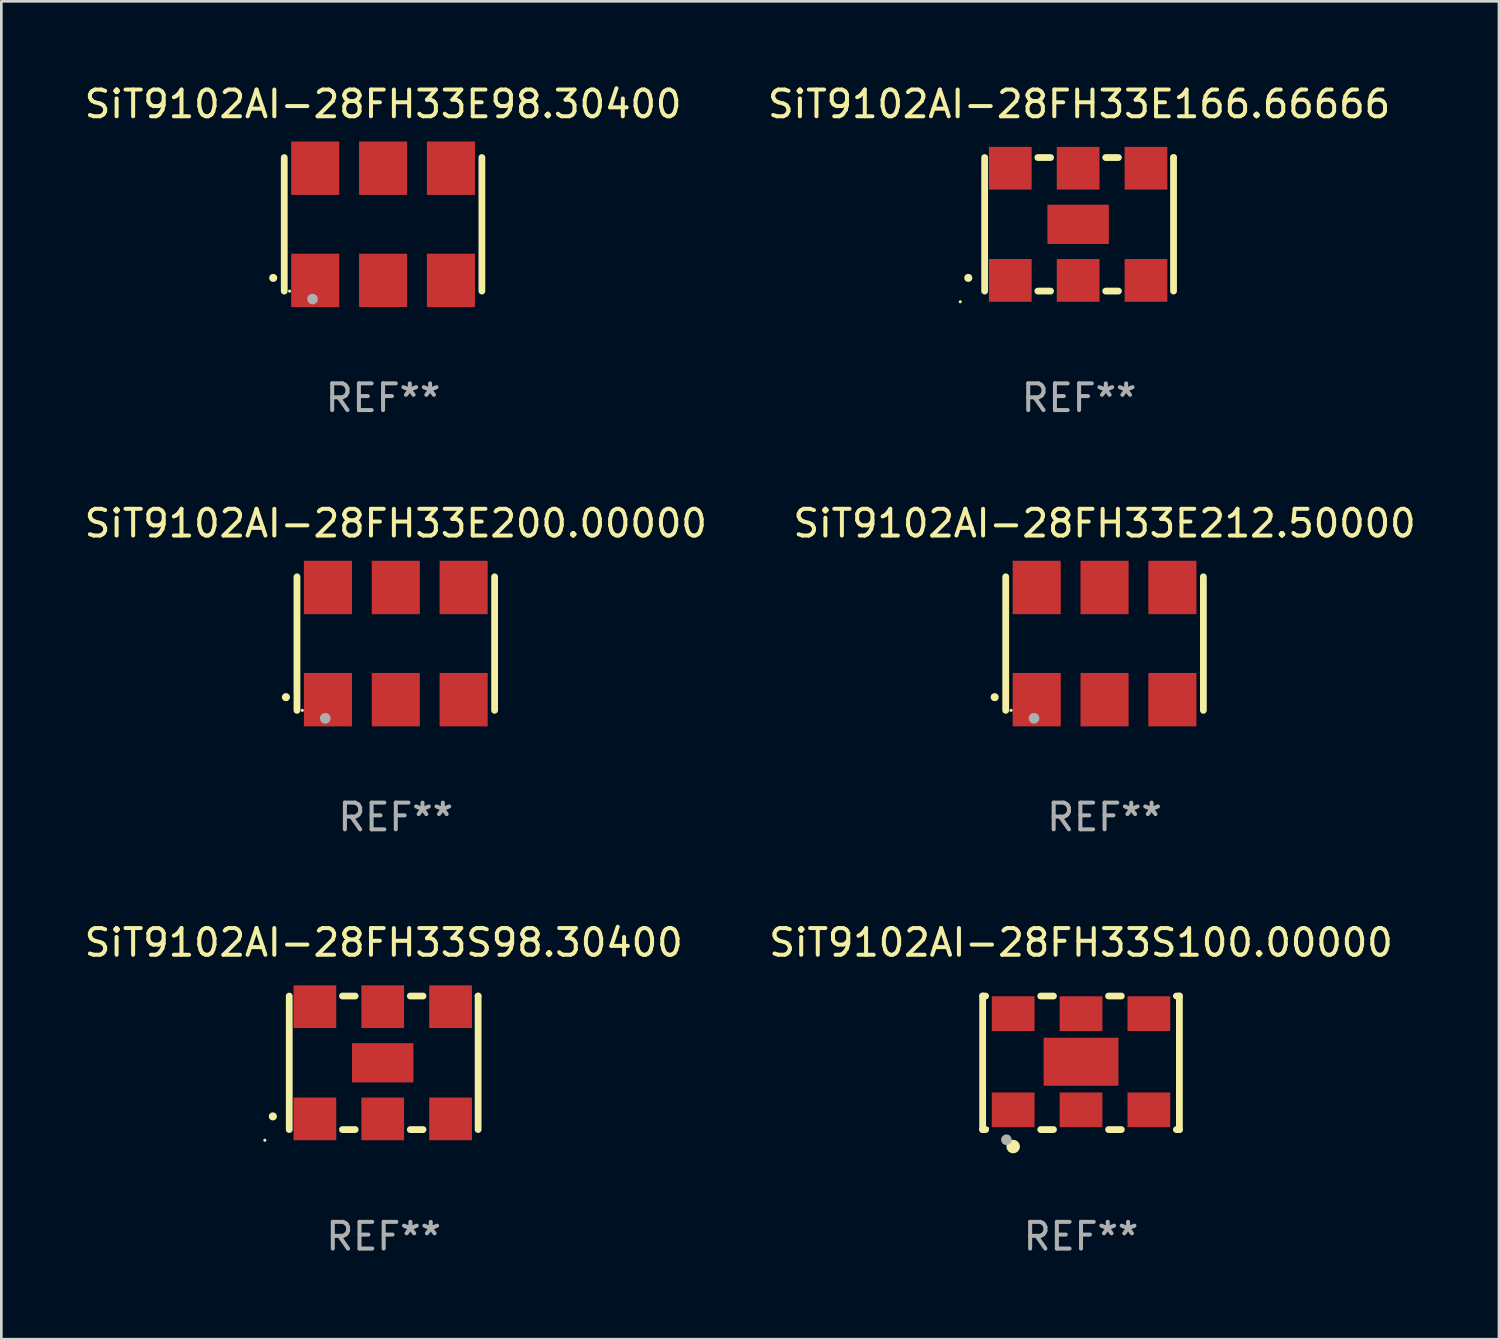
<source format=kicad_pcb>
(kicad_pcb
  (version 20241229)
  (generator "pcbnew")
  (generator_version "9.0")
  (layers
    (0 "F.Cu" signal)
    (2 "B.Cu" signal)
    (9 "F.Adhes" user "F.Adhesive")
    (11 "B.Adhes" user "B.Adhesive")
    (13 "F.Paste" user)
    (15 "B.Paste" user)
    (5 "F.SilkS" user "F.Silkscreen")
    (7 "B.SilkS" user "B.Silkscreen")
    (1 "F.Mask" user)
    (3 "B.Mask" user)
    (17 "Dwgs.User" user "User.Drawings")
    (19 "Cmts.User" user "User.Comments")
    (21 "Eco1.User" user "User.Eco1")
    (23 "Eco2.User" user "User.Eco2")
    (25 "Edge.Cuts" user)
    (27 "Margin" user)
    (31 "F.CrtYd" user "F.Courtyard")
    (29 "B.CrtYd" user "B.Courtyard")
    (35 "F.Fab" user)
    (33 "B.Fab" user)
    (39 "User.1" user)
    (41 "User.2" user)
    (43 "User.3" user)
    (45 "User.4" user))
  (footprint "SiT9102AI-28FH33E98.30400"
    (layer "F.Cu")
    (at 11.292 5.348)
    (property "Reference" "SiT9102AI-28FH33E98.30400" (at 0 -4.5 0) (layer "F.SilkS") (effects (font (size 1 1) (thickness 0.15))))
    (attr through_hole)
    (fp_line (start -3.7 -2.5) (end -3.7 2.5) (stroke (width 0.254) (type solid)) (layer "F.SilkS"))
    (fp_line (start 3.7 -2.5) (end 3.7 2.5) (stroke (width 0.254) (type solid)) (layer "F.SilkS"))
    (fp_arc (start -4.114415 2.006604) (mid -4.113145 2.006599) (end -4.111875 2.006604) (stroke (width 0.3) (type solid)) (layer "F.SilkS"))
    (fp_circle (center -3.5 2.501) (end -3.47 2.501) (stroke (width 0.06) (type solid)) (fill no) (layer "F.SilkS"))
    (fp_circle (center -2.641 2.799) (end -2.541 2.799) (stroke (width 0.2) (type solid)) (fill no) (layer "F.Fab"))
    (fp_text user "REF**" (at 0 6.5 0) (layer "F.Fab") (effects (font (size 1 1) (thickness 0.15))))
    (pad "1" smd rect (at -2.54 2.1) (size 1.8 2) (layers "F.Cu" "F.Mask" "F.Paste"))
    (pad "2" smd rect (at 0.000394 2.1) (size 1.8 2) (layers "F.Cu" "F.Mask" "F.Paste"))
    (pad "3" smd rect (at 2.54 2.1) (size 1.8 2) (layers "F.Cu" "F.Mask" "F.Paste"))
    (pad "4" smd rect (at 2.54 -2.1) (size 1.8 2) (layers "F.Cu" "F.Mask" "F.Paste"))
    (pad "5" smd rect (at 0.000394 -2.1) (size 1.8 2) (layers "F.Cu" "F.Mask" "F.Paste"))
    (pad "6" smd rect (at -2.54 -2.1) (size 1.8 2) (layers "F.Cu" "F.Mask" "F.Paste")))
  (footprint "SiT9102AI-28FH33E166.66666"
    (layer "F.Cu")
    (at 37.351 5.348)
    (property "Reference" "SiT9102AI-28FH33E166.66666" (at 0 -4.5 0) (layer "F.SilkS") (effects (font (size 1 1) (thickness 0.15))))
    (attr through_hole)
    (fp_line (start -3.536 -2.5) (end -3.536 2.5) (stroke (width 0.254) (type solid)) (layer "F.SilkS"))
    (fp_line (start -1.544 2.5) (end -1.067 2.5) (stroke (width 0.254) (type solid)) (layer "F.SilkS"))
    (fp_line (start -1.067 -2.5) (end -1.544 -2.5) (stroke (width 0.254) (type solid)) (layer "F.SilkS"))
    (fp_line (start 0.996 2.5) (end 1.473 2.5) (stroke (width 0.254) (type solid)) (layer "F.SilkS"))
    (fp_line (start 1.473 -2.5) (end 0.996 -2.5) (stroke (width 0.254) (type solid)) (layer "F.SilkS"))
    (fp_line (start 3.536 -2.5) (end 3.536 -2.5) (stroke (width 0.254) (type solid)) (layer "F.SilkS"))
    (fp_line (start 3.536 2.5) (end 3.536 -2.5) (stroke (width 0.254) (type solid)) (layer "F.SilkS"))
    (fp_arc (start -4.150432 2.006604) (mid -4.149162 2.006599) (end -4.147892 2.006604) (stroke (width 0.3) (type solid)) (layer "F.SilkS"))
    (fp_circle (center -4.449 2.9) (end -4.419 2.9) (stroke (width 0.06) (type solid)) (fill no) (layer "F.SilkS"))
    (fp_text user "REF**" (at 0 6.5 0) (layer "F.Fab") (effects (font (size 1 1) (thickness 0.15))))
    (pad "1" smd rect (at -2.576 2.1) (size 1.6 1.6) (layers "F.Cu" "F.Mask" "F.Paste"))
    (pad "2" smd rect (at -0.036 2.1) (size 1.6 1.6) (layers "F.Cu" "F.Mask" "F.Paste"))
    (pad "3" smd rect (at 2.504 2.1) (size 1.6 1.6) (layers "F.Cu" "F.Mask" "F.Paste"))
    (pad "4" smd rect (at 2.504 -2.1) (size 1.6 1.6) (layers "F.Cu" "F.Mask" "F.Paste"))
    (pad "5" smd rect (at -0.036 -2.1) (size 1.6 1.6) (layers "F.Cu" "F.Mask" "F.Paste"))
    (pad "6" smd rect (at -2.576 -2.1) (size 1.6 1.6) (layers "F.Cu" "F.Mask" "F.Paste"))
    (pad "7" smd rect (at -0.036 0) (size 2.3 1.47) (layers "F.Cu" "F.Mask" "F.Paste")))
  (footprint "SiT9102AI-28FH33S100.00000"
    (layer "F.Cu")
    (at 37.423 36.741)
    (property "Reference" "SiT9102AI-28FH33S100.00000" (at 0 -4.5 0) (layer "F.SilkS") (effects (font (size 1 1) (thickness 0.15))))
    (attr through_hole)
    (fp_line (start -3.683 -2.5) (end -3.571 -2.5) (stroke (width 0.254) (type solid)) (layer "F.SilkS"))
    (fp_line (start -3.683 2.5) (end -3.683 -2.5) (stroke (width 0.254) (type solid)) (layer "F.SilkS"))
    (fp_line (start -3.683 2.5) (end -3.571 2.5) (stroke (width 0.254) (type solid)) (layer "F.SilkS"))
    (fp_line (start -1.509 -2.5) (end -1.031 -2.5) (stroke (width 0.254) (type solid)) (layer "F.SilkS"))
    (fp_line (start -1.509 2.5) (end -1.031 2.5) (stroke (width 0.254) (type solid)) (layer "F.SilkS"))
    (fp_line (start 1.031 -2.5) (end 1.509 -2.5) (stroke (width 0.254) (type solid)) (layer "F.SilkS"))
    (fp_line (start 1.031 2.5) (end 1.509 2.5) (stroke (width 0.254) (type solid)) (layer "F.SilkS"))
    (fp_line (start 3.571 -2.5) (end 3.683 -2.5) (stroke (width 0.254) (type solid)) (layer "F.SilkS"))
    (fp_line (start 3.571 2.5) (end 3.683 2.5) (stroke (width 0.254) (type solid)) (layer "F.SilkS"))
    (fp_line (start 3.683 2.5) (end 3.683 -2.5) (stroke (width 0.254) (type solid)) (layer "F.SilkS"))
    (fp_circle (center -3.5 2.46) (end -3.47 2.46) (stroke (width 0.06) (type solid)) (fill no) (layer "F.SilkS"))
    (fp_circle (center -2.54 3.135) (end -2.413 3.135) (stroke (width 0.254) (type solid)) (fill no) (layer "F.SilkS"))
    (fp_circle (center -2.794 2.881) (end -2.694 2.881) (stroke (width 0.2) (type solid)) (fill no) (layer "F.Fab"))
    (fp_text user "REF**" (at 0 6.5 0) (layer "F.Fab") (effects (font (size 1 1) (thickness 0.15))))
    (pad "1" smd rect (at -2.54 1.76) (size 1.6 1.3) (layers "F.Cu" "F.Mask" "F.Paste"))
    (pad "2" smd rect (at 0 1.76) (size 1.6 1.3) (layers "F.Cu" "F.Mask" "F.Paste"))
    (pad "3" smd rect (at 2.54 1.76) (size 1.6 1.3) (layers "F.Cu" "F.Mask" "F.Paste"))
    (pad "4" smd rect (at 2.54 -1.84) (size 1.6 1.3) (layers "F.Cu" "F.Mask" "F.Paste"))
    (pad "5" smd rect (at 0 -1.84) (size 1.6 1.3) (layers "F.Cu" "F.Mask" "F.Paste"))
    (pad "6" smd rect (at -2.54 -1.84) (size 1.6 1.3) (layers "F.Cu" "F.Mask" "F.Paste"))
    (pad "7" smd rect (at 0 -0.04) (size 2.8 1.8) (layers "F.Cu" "F.Mask" "F.Paste")))
  (footprint "SiT9102AI-28FH33E200.00000"
    (layer "F.Cu")
    (at 11.768 21.045)
    (property "Reference" "SiT9102AI-28FH33E200.00000" (at 0 -4.5 0) (layer "F.SilkS") (effects (font (size 1 1) (thickness 0.15))))
    (attr through_hole)
    (fp_line (start -3.7 -2.5) (end -3.7 2.5) (stroke (width 0.254) (type solid)) (layer "F.SilkS"))
    (fp_line (start 3.7 -2.5) (end 3.7 2.5) (stroke (width 0.254) (type solid)) (layer "F.SilkS"))
    (fp_arc (start -4.114415 2.006604) (mid -4.113145 2.006599) (end -4.111875 2.006604) (stroke (width 0.3) (type solid)) (layer "F.SilkS"))
    (fp_circle (center -3.5 2.501) (end -3.47 2.501) (stroke (width 0.06) (type solid)) (fill no) (layer "F.SilkS"))
    (fp_circle (center -2.641 2.799) (end -2.541 2.799) (stroke (width 0.2) (type solid)) (fill no) (layer "F.Fab"))
    (fp_text user "REF**" (at 0 6.5 0) (layer "F.Fab") (effects (font (size 1 1) (thickness 0.15))))
    (pad "1" smd rect (at -2.54 2.1) (size 1.8 2) (layers "F.Cu" "F.Mask" "F.Paste"))
    (pad "2" smd rect (at 0.000394 2.1) (size 1.8 2) (layers "F.Cu" "F.Mask" "F.Paste"))
    (pad "3" smd rect (at 2.54 2.1) (size 1.8 2) (layers "F.Cu" "F.Mask" "F.Paste"))
    (pad "4" smd rect (at 2.54 -2.1) (size 1.8 2) (layers "F.Cu" "F.Mask" "F.Paste"))
    (pad "5" smd rect (at 0.000394 -2.1) (size 1.8 2) (layers "F.Cu" "F.Mask" "F.Paste"))
    (pad "6" smd rect (at -2.54 -2.1) (size 1.8 2) (layers "F.Cu" "F.Mask" "F.Paste")))
  (footprint "SiT9102AI-28FH33E212.50000"
    (layer "F.Cu")
    (at 38.304 21.045)
    (property "Reference" "SiT9102AI-28FH33E212.50000" (at 0 -4.5 0) (layer "F.SilkS") (effects (font (size 1 1) (thickness 0.15))))
    (attr through_hole)
    (fp_line (start -3.7 -2.5) (end -3.7 2.5) (stroke (width 0.254) (type solid)) (layer "F.SilkS"))
    (fp_line (start 3.7 -2.5) (end 3.7 2.5) (stroke (width 0.254) (type solid)) (layer "F.SilkS"))
    (fp_arc (start -4.114415 2.006604) (mid -4.113145 2.006599) (end -4.111875 2.006604) (stroke (width 0.3) (type solid)) (layer "F.SilkS"))
    (fp_circle (center -3.5 2.501) (end -3.47 2.501) (stroke (width 0.06) (type solid)) (fill no) (layer "F.SilkS"))
    (fp_circle (center -2.641 2.799) (end -2.541 2.799) (stroke (width 0.2) (type solid)) (fill no) (layer "F.Fab"))
    (fp_text user "REF**" (at 0 6.5 0) (layer "F.Fab") (effects (font (size 1 1) (thickness 0.15))))
    (pad "1" smd rect (at -2.54 2.1) (size 1.8 2) (layers "F.Cu" "F.Mask" "F.Paste"))
    (pad "2" smd rect (at 0.000394 2.1) (size 1.8 2) (layers "F.Cu" "F.Mask" "F.Paste"))
    (pad "3" smd rect (at 2.54 2.1) (size 1.8 2) (layers "F.Cu" "F.Mask" "F.Paste"))
    (pad "4" smd rect (at 2.54 -2.1) (size 1.8 2) (layers "F.Cu" "F.Mask" "F.Paste"))
    (pad "5" smd rect (at 0.000394 -2.1) (size 1.8 2) (layers "F.Cu" "F.Mask" "F.Paste"))
    (pad "6" smd rect (at -2.54 -2.1) (size 1.8 2) (layers "F.Cu" "F.Mask" "F.Paste")))
  (footprint "SiT9102AI-28FH33S98.30400"
    (layer "F.Cu")
    (at 11.315 36.741)
    (property "Reference" "SiT9102AI-28FH33S98.30400" (at 0 -4.5 0) (layer "F.SilkS") (effects (font (size 1 1) (thickness 0.15))))
    (attr through_hole)
    (fp_line (start -3.536 -2.5) (end -3.536 2.5) (stroke (width 0.254) (type solid)) (layer "F.SilkS"))
    (fp_line (start -1.544 2.5) (end -1.067 2.5) (stroke (width 0.254) (type solid)) (layer "F.SilkS"))
    (fp_line (start -1.067 -2.5) (end -1.544 -2.5) (stroke (width 0.254) (type solid)) (layer "F.SilkS"))
    (fp_line (start 0.996 2.5) (end 1.473 2.5) (stroke (width 0.254) (type solid)) (layer "F.SilkS"))
    (fp_line (start 1.473 -2.5) (end 0.996 -2.5) (stroke (width 0.254) (type solid)) (layer "F.SilkS"))
    (fp_line (start 3.536 -2.5) (end 3.536 -2.5) (stroke (width 0.254) (type solid)) (layer "F.SilkS"))
    (fp_line (start 3.536 2.5) (end 3.536 -2.5) (stroke (width 0.254) (type solid)) (layer "F.SilkS"))
    (fp_arc (start -4.150432 2.006604) (mid -4.149162 2.006599) (end -4.147892 2.006604) (stroke (width 0.3) (type solid)) (layer "F.SilkS"))
    (fp_circle (center -4.449 2.9) (end -4.419 2.9) (stroke (width 0.06) (type solid)) (fill no) (layer "F.SilkS"))
    (fp_text user "REF**" (at 0 6.5 0) (layer "F.Fab") (effects (font (size 1 1) (thickness 0.15))))
    (pad "1" smd rect (at -2.576 2.1) (size 1.6 1.6) (layers "F.Cu" "F.Mask" "F.Paste"))
    (pad "2" smd rect (at -0.036 2.1) (size 1.6 1.6) (layers "F.Cu" "F.Mask" "F.Paste"))
    (pad "3" smd rect (at 2.504 2.1) (size 1.6 1.6) (layers "F.Cu" "F.Mask" "F.Paste"))
    (pad "4" smd rect (at 2.504 -2.1) (size 1.6 1.6) (layers "F.Cu" "F.Mask" "F.Paste"))
    (pad "5" smd rect (at -0.036 -2.1) (size 1.6 1.6) (layers "F.Cu" "F.Mask" "F.Paste"))
    (pad "6" smd rect (at -2.576 -2.1) (size 1.6 1.6) (layers "F.Cu" "F.Mask" "F.Paste"))
    (pad "7" smd rect (at -0.036 0) (size 2.3 1.47) (layers "F.Cu" "F.Mask" "F.Paste")))
  (gr_rect
    (start -3 -3)
    (end 53.071 47.09)
    (stroke (width 0.1) (type default))
    (fill no)
    (layer "Edge.Cuts")))
</source>
